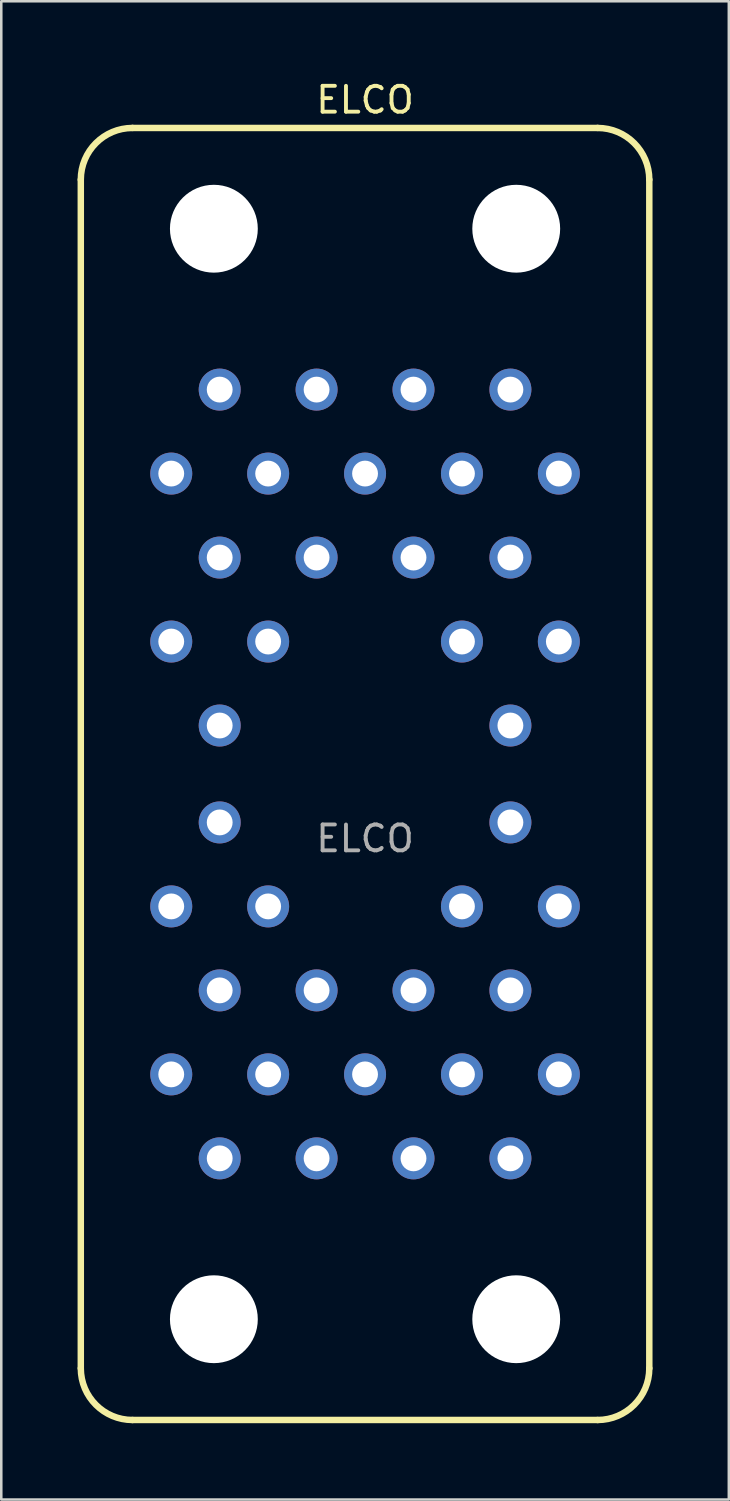
<source format=kicad_pcb>
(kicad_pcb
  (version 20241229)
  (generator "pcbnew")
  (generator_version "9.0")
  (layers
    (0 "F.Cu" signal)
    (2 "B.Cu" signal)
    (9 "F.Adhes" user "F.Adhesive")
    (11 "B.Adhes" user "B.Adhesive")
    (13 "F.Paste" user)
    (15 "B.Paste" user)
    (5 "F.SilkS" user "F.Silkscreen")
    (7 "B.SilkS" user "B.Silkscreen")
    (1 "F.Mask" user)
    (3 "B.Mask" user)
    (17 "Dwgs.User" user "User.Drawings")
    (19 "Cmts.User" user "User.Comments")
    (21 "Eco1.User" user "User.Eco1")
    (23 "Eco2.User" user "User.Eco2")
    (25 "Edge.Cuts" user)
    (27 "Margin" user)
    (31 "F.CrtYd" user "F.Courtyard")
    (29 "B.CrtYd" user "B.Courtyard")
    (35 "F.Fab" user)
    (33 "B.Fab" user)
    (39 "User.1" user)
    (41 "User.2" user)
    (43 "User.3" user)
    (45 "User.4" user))
  (footprint "ELCO"
    (layer "F.Cu")
    (at 11.303 27.381)
    (property "Reference" "ELCO" (at 0 -25.908 0) (unlocked yes) (layer "F.SilkS") (effects (font (size 1.016 1.016) (thickness 0.152)) (justify bottom)))
    (attr through_hole)
    (fp_line (start -11.176 -23.368) (end -11.176 23.368) (stroke (width 0.254) (type default)) (layer "F.SilkS"))
    (fp_line (start -9.144 -25.4) (end 9.144 -25.4) (stroke (width 0.254) (type default)) (layer "F.SilkS"))
    (fp_line (start -9.144 25.4) (end 9.144 25.4) (stroke (width 0.254) (type default)) (layer "F.SilkS"))
    (fp_line (start 11.176 -23.368) (end 11.176 23.368) (stroke (width 0.254) (type default)) (layer "F.SilkS"))
    (fp_arc (start -11.176 -23.368) (mid -10.580841 -24.804841) (end -9.144 -25.4) (stroke (width 0.254) (type default)) (layer "F.SilkS"))
    (fp_arc (start -9.144 25.4) (mid -10.580841 24.804841) (end -11.176 23.368) (stroke (width 0.254) (type default)) (layer "F.SilkS"))
    (fp_arc (start 9.144 -25.4) (mid 10.580841 -24.804841) (end 11.176 -23.368) (stroke (width 0.254) (type default)) (layer "F.SilkS"))
    (fp_arc (start 11.176 23.368) (mid 10.580841 24.804841) (end 9.144 25.4) (stroke (width 0.254) (type default)) (layer "F.SilkS"))
    (fp_rect (start -11.176 -25.4) (end 11.176 25.4) (stroke (width 0.127) (type default)) (fill no) (layer "Margin"))
    (fp_text user "${REFERENCE}" (at 0 2.54 0) (unlocked yes) (layer "F.Fab") (effects (font (size 1.016 1.016) (thickness 0.152))))
    (pad "" np_thru_hole circle (at -5.944 -21.438) (size 3.454 3.454) (drill 3.454) (layers "*.Cu" "*.Mask"))
    (pad "" np_thru_hole circle (at -5.944 21.438) (size 3.454 3.454) (drill 3.454) (layers "*.Cu" "*.Mask"))
    (pad "" np_thru_hole circle (at 5.944 -21.438) (size 3.454 3.454) (drill 3.454) (layers "*.Cu" "*.Mask"))
    (pad "" np_thru_hole circle (at 5.944 21.438) (size 3.454 3.454) (drill 3.454) (layers "*.Cu" "*.Mask"))
    (pad "A" thru_hole circle (at -5.715 -15.113) (size 1.651 1.651) (drill 1.016) (layers "*.Cu" "*.Mask"))
    (pad "AA" thru_hole circle (at -3.81 5.207 180) (size 1.651 1.651) (drill 1.016) (layers "*.Cu" "*.Mask"))
    (pad "B" thru_hole circle (at -1.905 -15.113) (size 1.651 1.651) (drill 1.016) (layers "*.Cu" "*.Mask"))
    (pad "BB" thru_hole circle (at 3.81 5.207 180) (size 1.651 1.651) (drill 1.016) (layers "*.Cu" "*.Mask"))
    (pad "C" thru_hole circle (at 1.905 -15.113) (size 1.651 1.651) (drill 1.016) (layers "*.Cu" "*.Mask"))
    (pad "CC" thru_hole circle (at 7.62 5.207 180) (size 1.651 1.651) (drill 1.016) (layers "*.Cu" "*.Mask"))
    (pad "D" thru_hole circle (at 5.715 -15.113) (size 1.651 1.651) (drill 1.016) (layers "*.Cu" "*.Mask"))
    (pad "DD" thru_hole circle (at -5.715 8.509 180) (size 1.651 1.651) (drill 1.016) (layers "*.Cu" "*.Mask"))
    (pad "E" thru_hole circle (at -7.62 -11.811) (size 1.651 1.651) (drill 1.016) (layers "*.Cu" "*.Mask"))
    (pad "EE" thru_hole circle (at -1.905 8.509 180) (size 1.651 1.651) (drill 1.016) (layers "*.Cu" "*.Mask"))
    (pad "F" thru_hole circle (at -3.81 -11.811) (size 1.651 1.651) (drill 1.016) (layers "*.Cu" "*.Mask"))
    (pad "FF" thru_hole circle (at 1.905 8.509 180) (size 1.651 1.651) (drill 1.016) (layers "*.Cu" "*.Mask"))
    (pad "H" thru_hole circle (at 0 -11.811) (size 1.651 1.651) (drill 1.016) (layers "*.Cu" "*.Mask"))
    (pad "HH" thru_hole circle (at 5.715 8.509 180) (size 1.651 1.651) (drill 1.016) (layers "*.Cu" "*.Mask"))
    (pad "J" thru_hole circle (at 3.81 -11.811) (size 1.651 1.651) (drill 1.016) (layers "*.Cu" "*.Mask"))
    (pad "JJ" thru_hole circle (at -7.62 11.811 180) (size 1.651 1.651) (drill 1.016) (layers "*.Cu" "*.Mask"))
    (pad "K" thru_hole circle (at 7.62 -11.811) (size 1.651 1.651) (drill 1.016) (layers "*.Cu" "*.Mask"))
    (pad "KK" thru_hole circle (at -3.81 11.811 180) (size 1.651 1.651) (drill 1.016) (layers "*.Cu" "*.Mask"))
    (pad "L" thru_hole circle (at -5.715 -8.509) (size 1.651 1.651) (drill 1.016) (layers "*.Cu" "*.Mask"))
    (pad "LL" thru_hole circle (at 0 11.811 180) (size 1.651 1.651) (drill 1.016) (layers "*.Cu" "*.Mask"))
    (pad "M" thru_hole circle (at -1.905 -8.509) (size 1.651 1.651) (drill 1.016) (layers "*.Cu" "*.Mask"))
    (pad "MM" thru_hole circle (at 3.81 11.811 180) (size 1.651 1.651) (drill 1.016) (layers "*.Cu" "*.Mask"))
    (pad "N" thru_hole circle (at 1.905 -8.509) (size 1.651 1.651) (drill 1.016) (layers "*.Cu" "*.Mask"))
    (pad "NN" thru_hole circle (at 7.62 11.811 180) (size 1.651 1.651) (drill 1.016) (layers "*.Cu" "*.Mask"))
    (pad "P" thru_hole circle (at 5.715 -8.509) (size 1.651 1.651) (drill 1.016) (layers "*.Cu" "*.Mask"))
    (pad "PP" thru_hole circle (at -5.715 15.113 180) (size 1.651 1.651) (drill 1.016) (layers "*.Cu" "*.Mask"))
    (pad "R" thru_hole circle (at -7.62 -5.207) (size 1.651 1.651) (drill 1.016) (layers "*.Cu" "*.Mask"))
    (pad "RR" thru_hole circle (at -1.905 15.113 180) (size 1.651 1.651) (drill 1.016) (layers "*.Cu" "*.Mask"))
    (pad "S" thru_hole circle (at -3.81 -5.207) (size 1.651 1.651) (drill 1.016) (layers "*.Cu" "*.Mask"))
    (pad "SS" thru_hole circle (at 1.905 15.113 180) (size 1.651 1.651) (drill 1.016) (layers "*.Cu" "*.Mask"))
    (pad "T" thru_hole circle (at 3.81 -5.207) (size 1.651 1.651) (drill 1.016) (layers "*.Cu" "*.Mask"))
    (pad "TT" thru_hole circle (at 5.715 15.113 180) (size 1.651 1.651) (drill 1.016) (layers "*.Cu" "*.Mask"))
    (pad "U" thru_hole circle (at 7.62 -5.207) (size 1.651 1.651) (drill 1.016) (layers "*.Cu" "*.Mask"))
    (pad "V" thru_hole circle (at -5.715 -1.905) (size 1.651 1.651) (drill 1.016) (layers "*.Cu" "*.Mask"))
    (pad "W" thru_hole circle (at 5.715 -1.905) (size 1.651 1.651) (drill 1.016) (layers "*.Cu" "*.Mask"))
    (pad "X" thru_hole circle (at -5.715 1.905 180) (size 1.651 1.651) (drill 1.016) (layers "*.Cu" "*.Mask"))
    (pad "Y" thru_hole circle (at 5.715 1.905 180) (size 1.651 1.651) (drill 1.016) (layers "*.Cu" "*.Mask"))
    (pad "Z" thru_hole circle (at -7.62 5.207 180) (size 1.651 1.651) (drill 1.016) (layers "*.Cu" "*.Mask")))
  (gr_rect
    (start -3 -3)
    (end 25.606 55.908)
    (stroke (width 0.1) (type default))
    (fill no)
    (layer "Edge.Cuts")))
</source>
